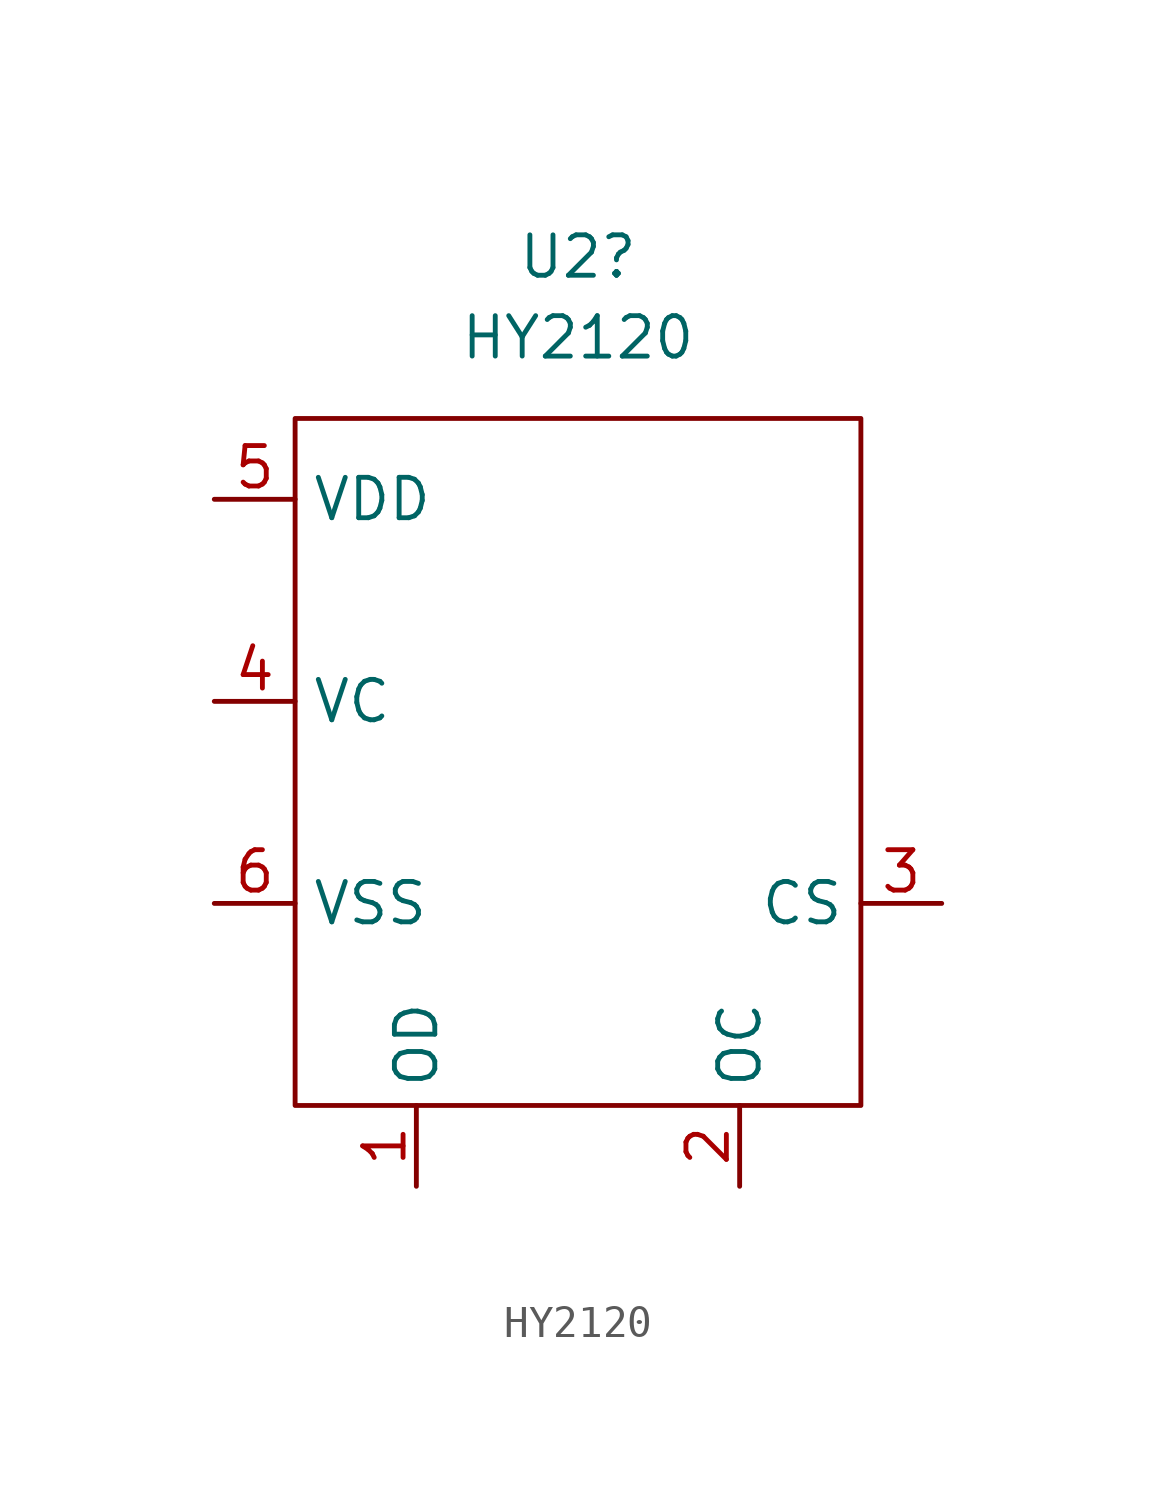
<source format=kicad_sym>
(kicad_symbol_lib
  (version 20241209)
  (generator "kicad_symbol_editor")
  (generator_version "9.0")
  (symbol "HY2120"
    (property "Reference" "U2"
      (at 0 15.24 0)
      (effects (font (size 1.27 1.27))))
    (property "Value" "HY2120"
      (at 0 12.7 0)
      (effects (font (size 1.27 1.27))))
    (symbol "HY2120_0_1"
      (rectangle (start -8.89 10.16) (end 8.89 -11.43) (stroke (width 0) (type default)) (fill (type none))))
    (symbol "HY2120_1_1"
      (pin power_in line (at -11.43 7.62 0) (length 2.54) (name "VDD" (effects (font (size 1.27 1.27)))) (number "5" (effects (font (size 1.27 1.27)))))
      (pin input line (at -11.43 1.27 0) (length 2.54) (name "VC" (effects (font (size 1.27 1.27)))) (number "4" (effects (font (size 1.27 1.27)))))
      (pin power_in line (at -11.43 -5.08 0) (length 2.54) (name "VSS" (effects (font (size 1.27 1.27)))) (number "6" (effects (font (size 1.27 1.27)))))
      (pin output line (at -5.08 -13.97 90) (length 2.54) (name "OD" (effects (font (size 1.27 1.27)))) (number "1" (effects (font (size 1.27 1.27)))))
      (pin output line (at 5.08 -13.97 90) (length 2.54) (name "OC" (effects (font (size 1.27 1.27)))) (number "2" (effects (font (size 1.27 1.27)))))
      (pin input line (at 11.43 -5.08 180) (length 2.54) (name "CS" (effects (font (size 1.27 1.27)))) (number "3" (effects (font (size 1.27 1.27))))))))
</source>
